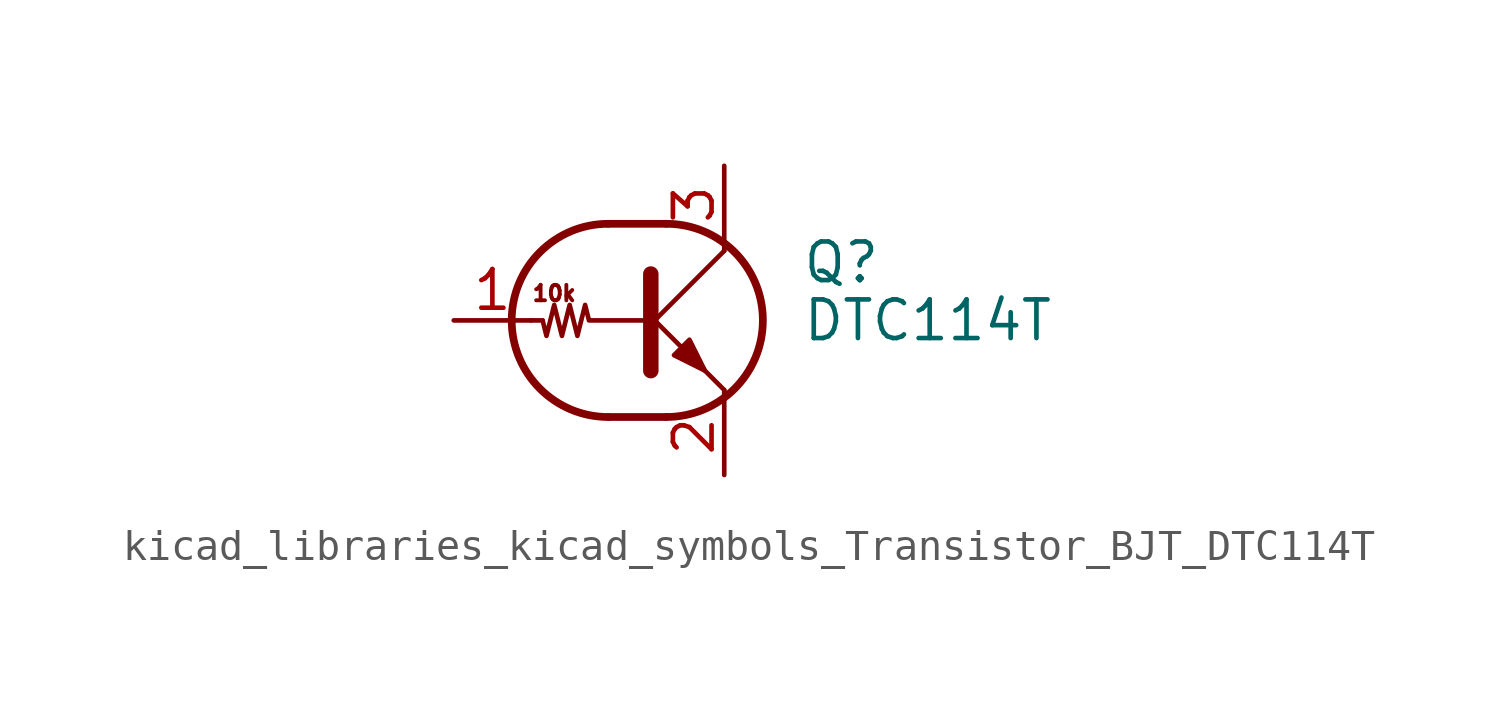
<source format=kicad_sym>
(kicad_symbol_lib
  (version 20220914)
  (generator kicad_symbol_editor)
  (symbol "kicad_libraries_kicad_symbols_Transistor_BJT_DTC114T"
    (pin_names
      (offset 0) hide)
    (property "Reference" "Q"
      (at 5.08 1.905 0)
      (effects (font (size 1.27 1.27)) (justify left)))
    (property "Value" "DTC114T"
      (at 5.08 0 0)
      (effects (font (size 1.27 1.27)) (justify left)))
    (symbol "kicad_libraries_kicad_symbols_Transistor_BJT_DTC114T_0_0"
      (polyline (pts (xy 2.54 -2.286) (xy 2.54 -2.54)) (stroke (width 0) (type default)) (fill (type none)))
      (text "10k" (at -3.048 0.889 0) (effects (font (size 0.508 0.508)))))
    (symbol "kicad_libraries_kicad_symbols_Transistor_BJT_DTC114T_0_1"
      (arc (start -1.27 3.175) (mid -4.4312 0) (end -1.27 -3.175) (stroke (width 0.254) (type default)) (fill (type none)))
      (polyline (pts (xy -3.429 0) (xy -3.81 0)) (stroke (width 0) (type default)) (fill (type none)))
      (polyline (pts (xy -1.27 -3.175) (xy 0.635 -3.175)) (stroke (width 0.254) (type default)) (fill (type none)))
      (polyline (pts (xy -1.27 3.175) (xy 0.635 3.175)) (stroke (width 0.254) (type default)) (fill (type none)))
      (polyline (pts (xy 0 -0.254) (xy 2.54 2.286)) (stroke (width 0) (type default)) (fill (type none)))
      (polyline (pts (xy 0.127 1.524) (xy 0.127 -1.651)) (stroke (width 0.508) (type default)) (fill (type outline)))
      (polyline (pts (xy 2.54 2.286) (xy 2.54 2.54)) (stroke (width 0) (type default)) (fill (type none)))
      (polyline (pts (xy 2.54 -2.286) (xy 0 0.254) (xy 0 0.254)) (stroke (width 0) (type default)) (fill (type none)))
      (polyline (pts (xy 0.889 -1.143) (xy 1.397 -0.635) (xy 1.905 -1.651) (xy 0.889 -1.143)) (stroke (width 0) (type default)) (fill (type outline)))
      (polyline (pts (xy 0 0) (xy -1.905 0) (xy -2.032 0.508) (xy -2.286 -0.508) (xy -2.54 0.508) (xy -2.794 -0.508) (xy -3.048 0.508) (xy -3.302 -0.508) (xy -3.429 0)) (stroke (width 0) (type default)) (fill (type none)))
      (arc (start 0.635 -3.175) (mid 3.7962 0) (end 0.635 3.175) (stroke (width 0.254) (type default)) (fill (type none))))
    (symbol "kicad_libraries_kicad_symbols_Transistor_BJT_DTC114T_1_1"
      (pin input line (at -6.35 0 0) (length 2.54) (name "B" (effects (font (size 1.27 1.27)))) (number "1" (effects (font (size 1.27 1.27)))))
      (pin passive line (at 2.54 -5.08 90) (length 2.54) (name "E" (effects (font (size 1.27 1.27)))) (number "2" (effects (font (size 1.27 1.27)))))
      (pin passive line (at 2.54 5.08 270) (length 2.54) (name "C" (effects (font (size 1.27 1.27)))) (number "3" (effects (font (size 1.27 1.27))))))))
</source>
